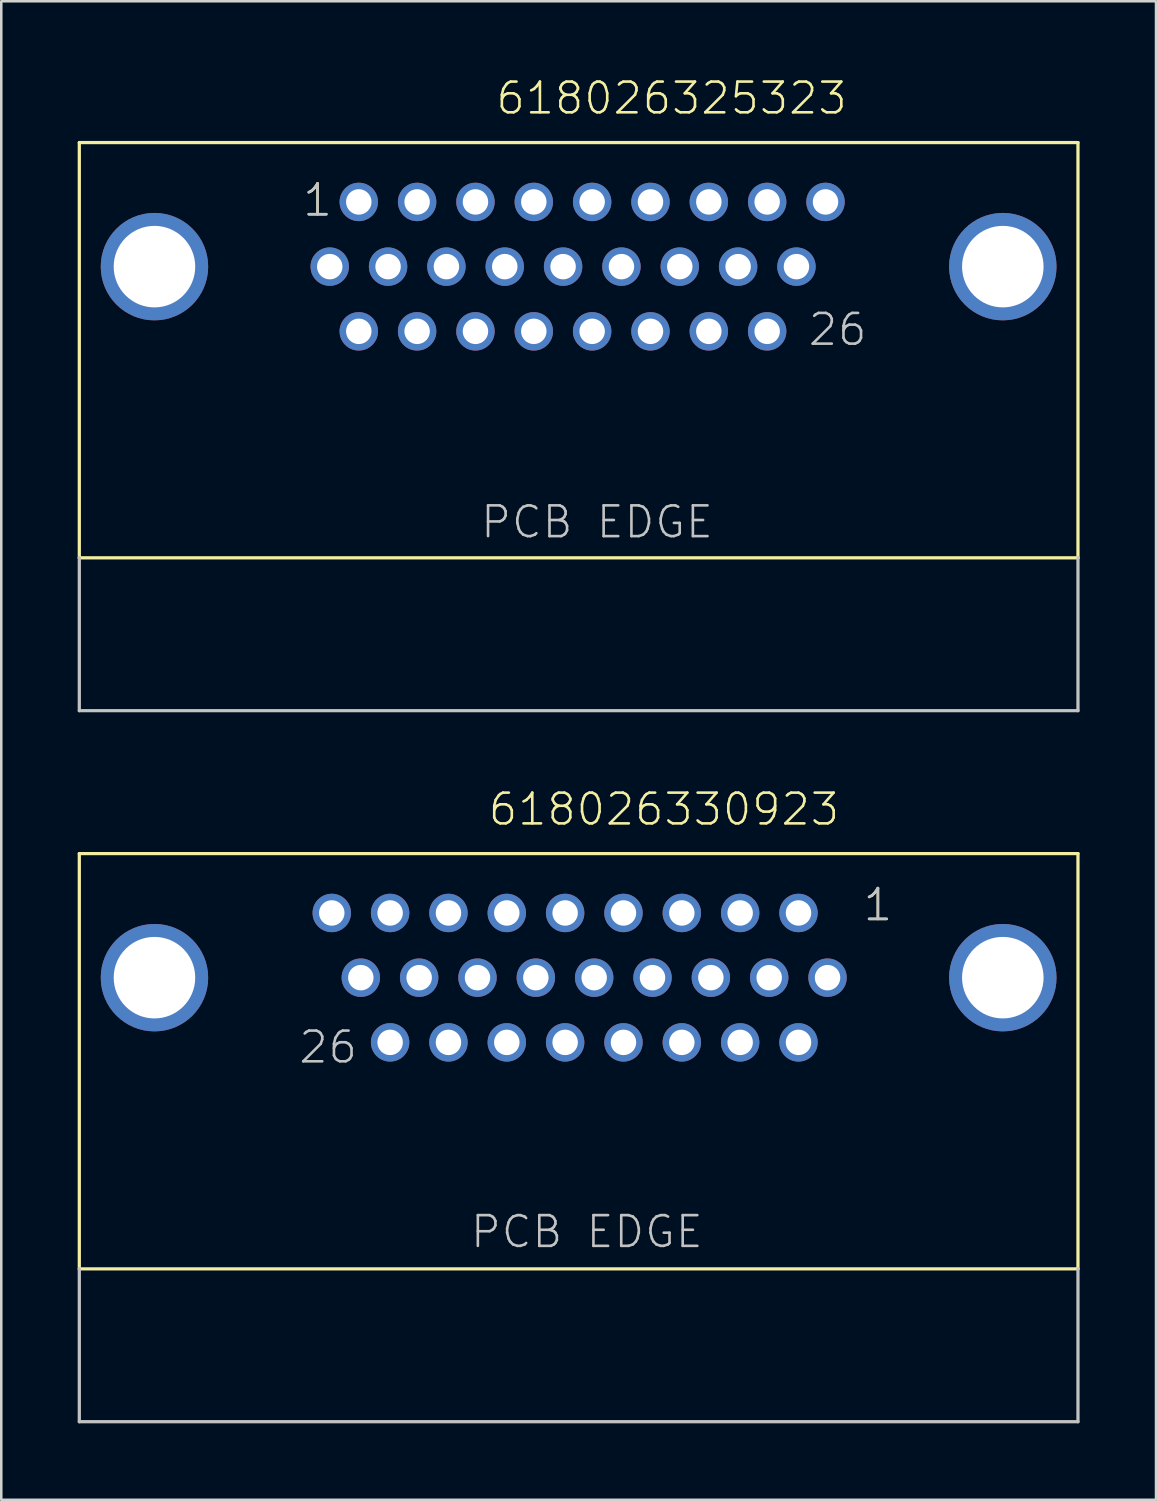
<source format=kicad_pcb>
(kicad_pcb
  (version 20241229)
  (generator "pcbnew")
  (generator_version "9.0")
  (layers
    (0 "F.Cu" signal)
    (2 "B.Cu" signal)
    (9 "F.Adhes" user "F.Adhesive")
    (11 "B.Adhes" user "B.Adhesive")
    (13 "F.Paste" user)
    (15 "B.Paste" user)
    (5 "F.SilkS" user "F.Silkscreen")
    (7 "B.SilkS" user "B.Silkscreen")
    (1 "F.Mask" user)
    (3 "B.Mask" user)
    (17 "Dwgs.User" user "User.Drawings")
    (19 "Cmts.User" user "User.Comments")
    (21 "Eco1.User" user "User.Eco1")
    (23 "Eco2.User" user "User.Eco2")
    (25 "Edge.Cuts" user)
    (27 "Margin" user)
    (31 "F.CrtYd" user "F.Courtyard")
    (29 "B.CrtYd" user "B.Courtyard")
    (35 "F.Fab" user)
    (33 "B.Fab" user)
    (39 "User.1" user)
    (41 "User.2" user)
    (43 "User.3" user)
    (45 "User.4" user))
  (footprint "618026330923"
    (layer "F.Cu")
    (at 19.663 35.326)
    (property "Reference" "618026330923" (at -3.61 -5.905 0) (layer "F.SilkS") (effects (font (size 1.206 1.206) (thickness 0.102)) (justify left bottom)))
    (attr through_hole)
    (fp_line (start -19.6 -4.87) (end 19.6 -4.87) (stroke (width 0.127) (type solid)) (layer "F.SilkS"))
    (fp_line (start -19.6 11.43) (end -19.6 -4.87) (stroke (width 0.127) (type solid)) (layer "F.SilkS"))
    (fp_line (start 19.6 -4.87) (end 19.6 11.43) (stroke (width 0.127) (type solid)) (layer "F.SilkS"))
    (fp_line (start 19.6 11.43) (end -19.6 11.43) (stroke (width 0.127) (type solid)) (layer "F.SilkS"))
    (fp_line (start -19.6 17.43) (end -19.6 11.43) (stroke (width 0.127) (type solid)) (layer "Dwgs.User"))
    (fp_line (start 19.6 11.43) (end 19.6 17.43) (stroke (width 0.127) (type solid)) (layer "Dwgs.User"))
    (fp_line (start 19.6 17.43) (end -19.6 17.43) (stroke (width 0.127) (type solid)) (layer "Dwgs.User"))
    (fp_text user "1" (at 11.105 -2.155 0) (layer "F.SilkS") (effects (font (size 1.206 1.206) (thickness 0.102)) (justify left bottom)))
    (fp_text user "PCB EDGE" (at -4.31 10.68 0) (layer "Dwgs.User") (effects (font (size 1.206 1.206) (thickness 0.102)) (justify left bottom)))
    (fp_text user "1" (at 11.105 -2.155 0) (layer "Dwgs.User") (effects (font (size 1.206 1.206) (thickness 0.102)) (justify left bottom)))
    (fp_text user "26" (at -11.05 3.435 0) (layer "Dwgs.User") (effects (font (size 1.206 1.206) (thickness 0.102)) (justify left bottom)))
    (pad "1" thru_hole circle (at 8.63 -2.54) (size 1.508 1.508) (drill 1) (layers "*.Cu" "*.Mask"))
    (pad "2" thru_hole circle (at 6.34 -2.54) (size 1.508 1.508) (drill 1) (layers "*.Cu" "*.Mask"))
    (pad "3" thru_hole circle (at 4.05 -2.54) (size 1.508 1.508) (drill 1) (layers "*.Cu" "*.Mask"))
    (pad "4" thru_hole circle (at 1.76 -2.54) (size 1.508 1.508) (drill 1) (layers "*.Cu" "*.Mask"))
    (pad "5" thru_hole circle (at -0.53 -2.54) (size 1.508 1.508) (drill 1) (layers "*.Cu" "*.Mask"))
    (pad "6" thru_hole circle (at -2.82 -2.54) (size 1.508 1.508) (drill 1) (layers "*.Cu" "*.Mask"))
    (pad "7" thru_hole circle (at -5.11 -2.54) (size 1.508 1.508) (drill 1) (layers "*.Cu" "*.Mask"))
    (pad "8" thru_hole circle (at -7.4 -2.54) (size 1.508 1.508) (drill 1) (layers "*.Cu" "*.Mask"))
    (pad "9" thru_hole circle (at -9.69 -2.54) (size 1.508 1.508) (drill 1) (layers "*.Cu" "*.Mask"))
    (pad "10" thru_hole circle (at 9.77 0) (size 1.508 1.508) (drill 1) (layers "*.Cu" "*.Mask"))
    (pad "11" thru_hole circle (at 7.48 0) (size 1.508 1.508) (drill 1) (layers "*.Cu" "*.Mask"))
    (pad "12" thru_hole circle (at 5.19 0) (size 1.508 1.508) (drill 1) (layers "*.Cu" "*.Mask"))
    (pad "13" thru_hole circle (at 2.9 0) (size 1.508 1.508) (drill 1) (layers "*.Cu" "*.Mask"))
    (pad "14" thru_hole circle (at 0.61 0) (size 1.508 1.508) (drill 1) (layers "*.Cu" "*.Mask"))
    (pad "15" thru_hole circle (at -1.68 0) (size 1.508 1.508) (drill 1) (layers "*.Cu" "*.Mask"))
    (pad "16" thru_hole circle (at -3.97 0) (size 1.508 1.508) (drill 1) (layers "*.Cu" "*.Mask"))
    (pad "17" thru_hole circle (at -6.26 0) (size 1.508 1.508) (drill 1) (layers "*.Cu" "*.Mask"))
    (pad "18" thru_hole circle (at -8.55 0) (size 1.508 1.508) (drill 1) (layers "*.Cu" "*.Mask"))
    (pad "19" thru_hole circle (at 8.63 2.54) (size 1.508 1.508) (drill 1) (layers "*.Cu" "*.Mask"))
    (pad "20" thru_hole circle (at 6.34 2.54) (size 1.508 1.508) (drill 1) (layers "*.Cu" "*.Mask"))
    (pad "21" thru_hole circle (at 4.05 2.54) (size 1.508 1.508) (drill 1) (layers "*.Cu" "*.Mask"))
    (pad "22" thru_hole circle (at 1.76 2.54) (size 1.508 1.508) (drill 1) (layers "*.Cu" "*.Mask"))
    (pad "23" thru_hole circle (at -0.53 2.54) (size 1.508 1.508) (drill 1) (layers "*.Cu" "*.Mask"))
    (pad "24" thru_hole circle (at -2.82 2.54) (size 1.508 1.508) (drill 1) (layers "*.Cu" "*.Mask"))
    (pad "25" thru_hole circle (at -5.11 2.54) (size 1.508 1.508) (drill 1) (layers "*.Cu" "*.Mask"))
    (pad "26" thru_hole circle (at -7.4 2.54) (size 1.508 1.508) (drill 1) (layers "*.Cu" "*.Mask"))
    (pad "SHEL" thru_hole circle (at -16.65 0) (size 4.216 4.216) (drill 3.2) (layers "*.Cu" "*.Mask"))
    (pad "SHEL" thru_hole circle (at 16.65 0) (size 4.216 4.216) (drill 3.2) (layers "*.Cu" "*.Mask")))
  (footprint "618026325323"
    (layer "F.Cu")
    (at 19.663 7.416)
    (property "Reference" "618026325323" (at -3.31 -5.905 0) (layer "F.SilkS") (effects (font (size 1.206 1.206) (thickness 0.102)) (justify left bottom)))
    (attr through_hole)
    (fp_line (start -19.6 -4.87) (end 19.6 -4.87) (stroke (width 0.127) (type solid)) (layer "F.SilkS"))
    (fp_line (start -19.6 11.43) (end -19.6 -4.87) (stroke (width 0.127) (type solid)) (layer "F.SilkS"))
    (fp_line (start 19.6 -4.87) (end 19.6 11.43) (stroke (width 0.127) (type solid)) (layer "F.SilkS"))
    (fp_line (start 19.6 11.43) (end -19.6 11.43) (stroke (width 0.127) (type solid)) (layer "F.SilkS"))
    (fp_line (start -19.6 17.43) (end -19.6 11.43) (stroke (width 0.127) (type solid)) (layer "Dwgs.User"))
    (fp_line (start 19.6 11.43) (end 19.6 17.43) (stroke (width 0.127) (type solid)) (layer "Dwgs.User"))
    (fp_line (start 19.6 17.43) (end -19.6 17.43) (stroke (width 0.127) (type solid)) (layer "Dwgs.User"))
    (fp_text user "1" (at -10.89 -1.905 0) (layer "F.SilkS") (effects (font (size 1.206 1.206) (thickness 0.102)) (justify left bottom)))
    (fp_text user "26" (at 8.95 3.175 0) (layer "Dwgs.User") (effects (font (size 1.206 1.206) (thickness 0.102)) (justify left bottom)))
    (fp_text user "1" (at -10.89 -1.905 0) (layer "Dwgs.User") (effects (font (size 1.206 1.206) (thickness 0.102)) (justify left bottom)))
    (fp_text user "PCB EDGE" (at -3.91 10.73 0) (layer "Dwgs.User") (effects (font (size 1.206 1.206) (thickness 0.102)) (justify left bottom)))
    (pad "1" thru_hole circle (at -8.63 -2.54) (size 1.508 1.508) (drill 1) (layers "*.Cu" "*.Mask"))
    (pad "2" thru_hole circle (at -6.34 -2.54) (size 1.508 1.508) (drill 1) (layers "*.Cu" "*.Mask"))
    (pad "3" thru_hole circle (at -4.05 -2.54) (size 1.508 1.508) (drill 1) (layers "*.Cu" "*.Mask"))
    (pad "4" thru_hole circle (at -1.76 -2.54) (size 1.508 1.508) (drill 1) (layers "*.Cu" "*.Mask"))
    (pad "5" thru_hole circle (at 0.53 -2.54) (size 1.508 1.508) (drill 1) (layers "*.Cu" "*.Mask"))
    (pad "6" thru_hole circle (at 2.82 -2.54) (size 1.508 1.508) (drill 1) (layers "*.Cu" "*.Mask"))
    (pad "7" thru_hole circle (at 5.11 -2.54) (size 1.508 1.508) (drill 1) (layers "*.Cu" "*.Mask"))
    (pad "8" thru_hole circle (at 7.4 -2.54) (size 1.508 1.508) (drill 1) (layers "*.Cu" "*.Mask"))
    (pad "9" thru_hole circle (at 9.69 -2.54) (size 1.508 1.508) (drill 1) (layers "*.Cu" "*.Mask"))
    (pad "10" thru_hole circle (at -9.77 0) (size 1.508 1.508) (drill 1) (layers "*.Cu" "*.Mask"))
    (pad "11" thru_hole circle (at -7.48 0) (size 1.508 1.508) (drill 1) (layers "*.Cu" "*.Mask"))
    (pad "12" thru_hole circle (at -5.19 0) (size 1.508 1.508) (drill 1) (layers "*.Cu" "*.Mask"))
    (pad "13" thru_hole circle (at -2.9 0) (size 1.508 1.508) (drill 1) (layers "*.Cu" "*.Mask"))
    (pad "14" thru_hole circle (at -0.61 0) (size 1.508 1.508) (drill 1) (layers "*.Cu" "*.Mask"))
    (pad "15" thru_hole circle (at 1.68 0) (size 1.508 1.508) (drill 1) (layers "*.Cu" "*.Mask"))
    (pad "16" thru_hole circle (at 3.97 0) (size 1.508 1.508) (drill 1) (layers "*.Cu" "*.Mask"))
    (pad "17" thru_hole circle (at 6.26 0) (size 1.508 1.508) (drill 1) (layers "*.Cu" "*.Mask"))
    (pad "18" thru_hole circle (at 8.55 0) (size 1.508 1.508) (drill 1) (layers "*.Cu" "*.Mask"))
    (pad "19" thru_hole circle (at -8.63 2.54) (size 1.508 1.508) (drill 1) (layers "*.Cu" "*.Mask"))
    (pad "20" thru_hole circle (at -6.34 2.54) (size 1.508 1.508) (drill 1) (layers "*.Cu" "*.Mask"))
    (pad "21" thru_hole circle (at -4.05 2.54) (size 1.508 1.508) (drill 1) (layers "*.Cu" "*.Mask"))
    (pad "22" thru_hole circle (at -1.76 2.54) (size 1.508 1.508) (drill 1) (layers "*.Cu" "*.Mask"))
    (pad "23" thru_hole circle (at 0.53 2.54) (size 1.508 1.508) (drill 1) (layers "*.Cu" "*.Mask"))
    (pad "24" thru_hole circle (at 2.82 2.54) (size 1.508 1.508) (drill 1) (layers "*.Cu" "*.Mask"))
    (pad "25" thru_hole circle (at 5.11 2.54) (size 1.508 1.508) (drill 1) (layers "*.Cu" "*.Mask"))
    (pad "26" thru_hole circle (at 7.4 2.54) (size 1.508 1.508) (drill 1) (layers "*.Cu" "*.Mask"))
    (pad "SHEL" thru_hole circle (at -16.65 0) (size 4.216 4.216) (drill 3.2) (layers "*.Cu" "*.Mask"))
    (pad "SHEL" thru_hole circle (at 16.65 0) (size 4.216 4.216) (drill 3.2) (layers "*.Cu" "*.Mask")))
  (gr_rect
    (start -3 -3)
    (end 42.327 55.82)
    (stroke (width 0.1) (type default))
    (fill no)
    (layer "Edge.Cuts")))
</source>
